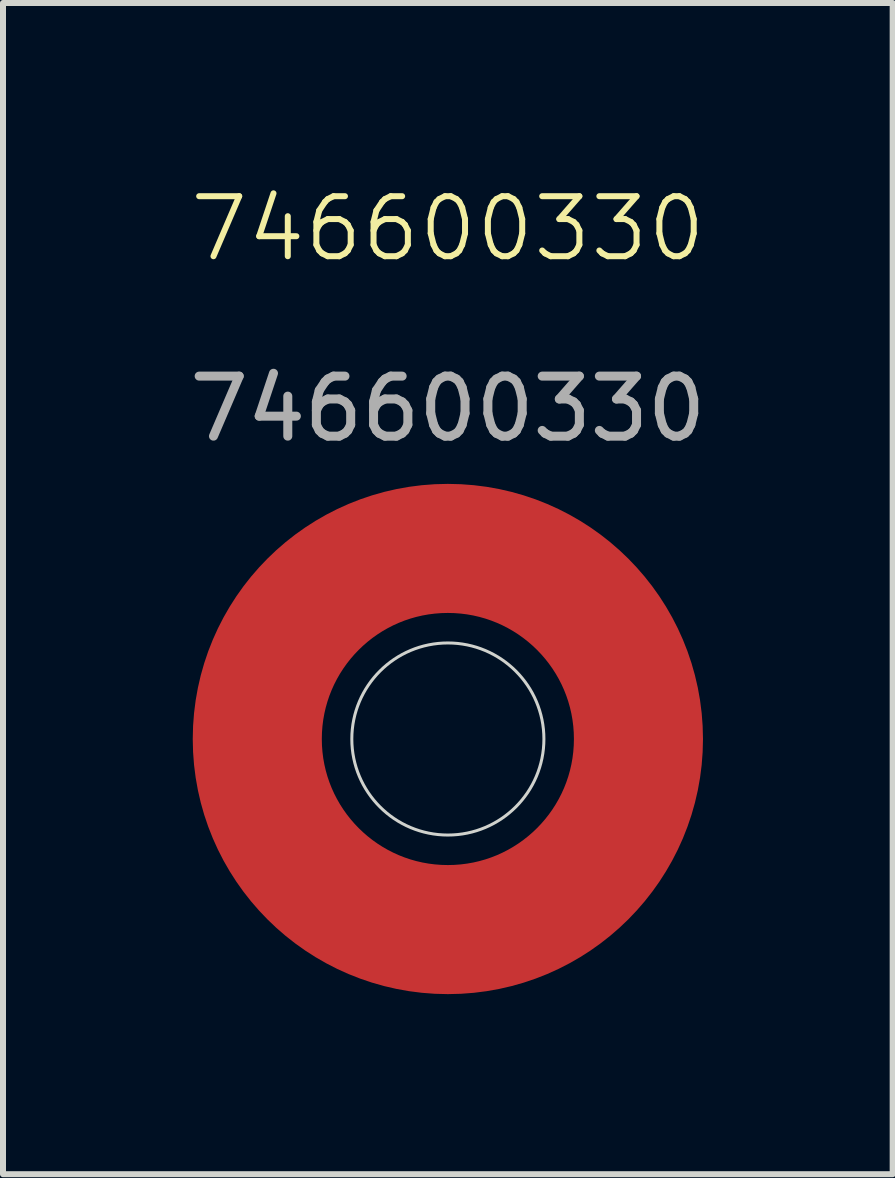
<source format=kicad_pcb>
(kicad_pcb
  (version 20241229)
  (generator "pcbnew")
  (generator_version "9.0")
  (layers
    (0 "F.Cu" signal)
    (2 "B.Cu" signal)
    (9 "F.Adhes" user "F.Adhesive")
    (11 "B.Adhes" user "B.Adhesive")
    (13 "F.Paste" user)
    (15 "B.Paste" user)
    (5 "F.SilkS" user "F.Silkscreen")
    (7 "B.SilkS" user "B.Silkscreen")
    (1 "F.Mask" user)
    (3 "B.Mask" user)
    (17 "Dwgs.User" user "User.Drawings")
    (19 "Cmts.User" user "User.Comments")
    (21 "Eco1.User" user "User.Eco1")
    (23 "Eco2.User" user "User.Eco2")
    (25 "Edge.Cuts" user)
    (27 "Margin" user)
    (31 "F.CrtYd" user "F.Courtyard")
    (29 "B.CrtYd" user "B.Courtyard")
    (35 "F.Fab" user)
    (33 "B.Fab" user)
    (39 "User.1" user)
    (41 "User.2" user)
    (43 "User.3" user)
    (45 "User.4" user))
  (footprint "746600330"
    (layer "F.Cu")
    (at 4.411 9.261)
    (property "Reference" "746600330" (at 0 -8.5 0) (unlocked yes) (layer "F.SilkS") (effects (font (size 1 1) (thickness 0.1))))
    (attr smd)
    (fp_circle (center 0 0) (end 3.175 0) (stroke (width 2.15) (type default)) (fill no) (layer "F.Cu"))
    (fp_circle (center 0 0) (end 1.6 0) (stroke (width 0.05) (type default)) (fill no) (layer "Edge.Cuts"))
    (fp_text user "${REFERENCE}" (at 0 -5.5 0) (unlocked yes) (layer "F.Fab") (effects (font (size 1 1) (thickness 0.15)))))
  (gr_rect
    (start -3 -3)
    (end 11.821 16.511)
    (stroke (width 0.1) (type default))
    (fill no)
    (layer "Edge.Cuts")))
</source>
